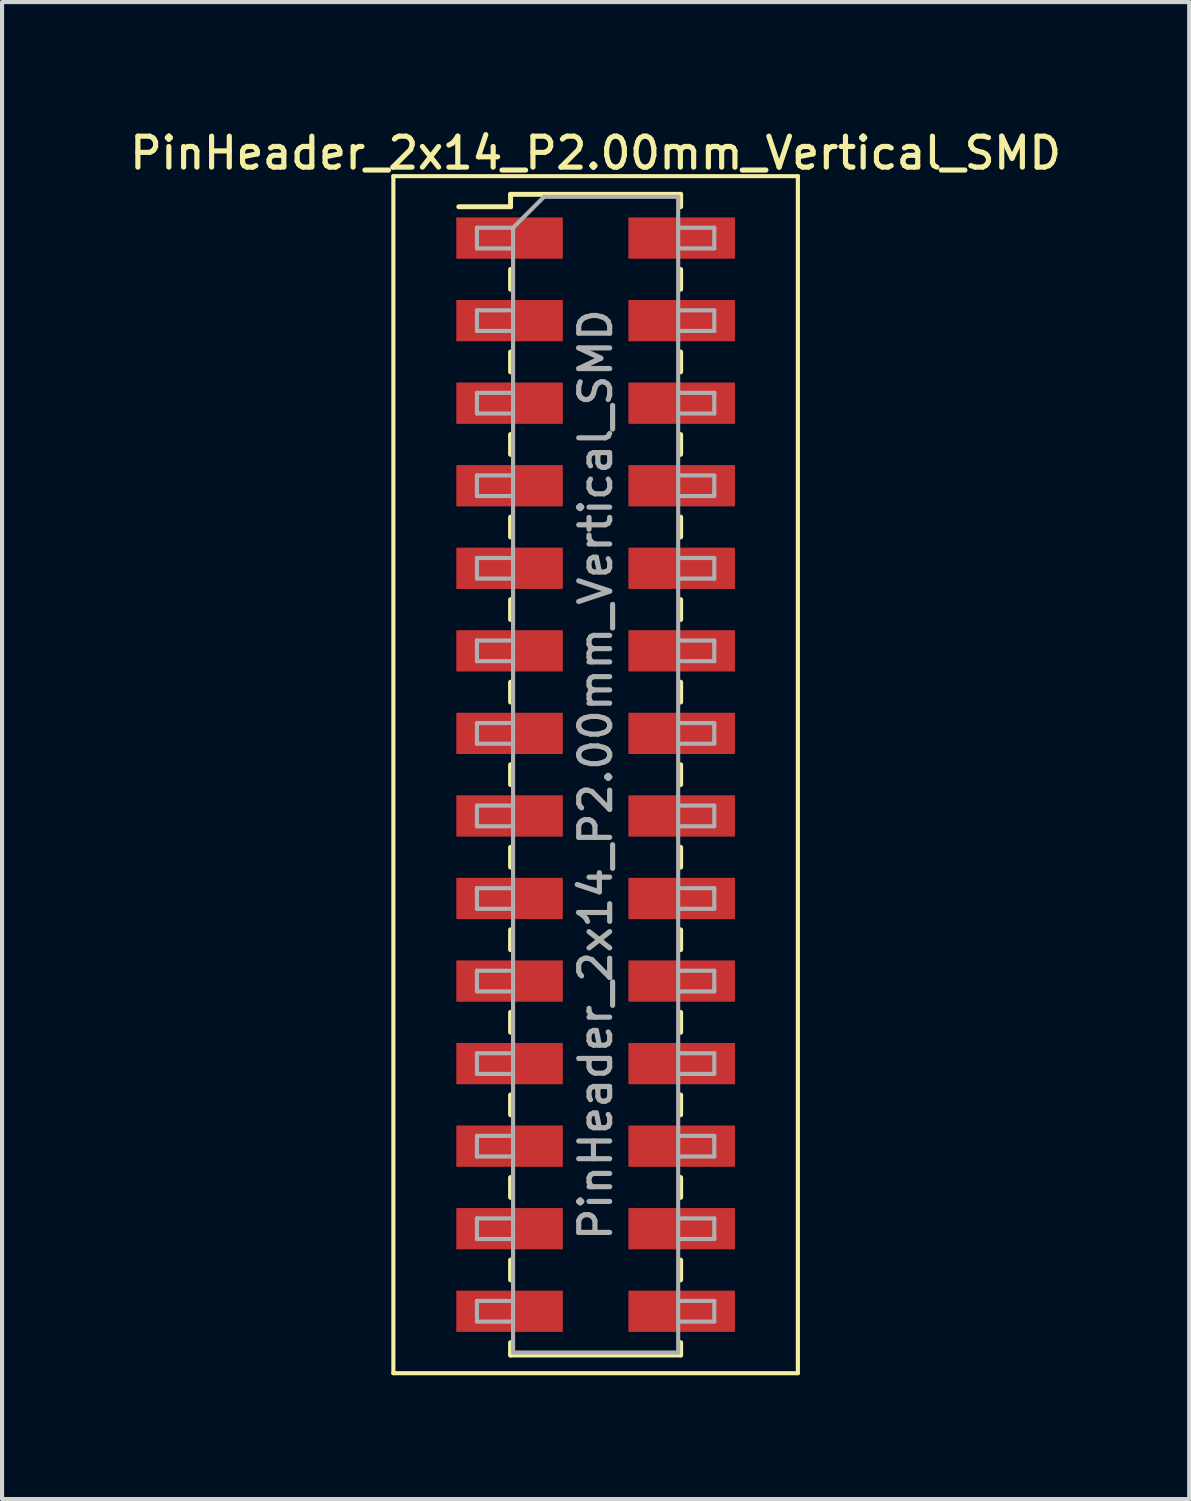
<source format=kicad_pcb>
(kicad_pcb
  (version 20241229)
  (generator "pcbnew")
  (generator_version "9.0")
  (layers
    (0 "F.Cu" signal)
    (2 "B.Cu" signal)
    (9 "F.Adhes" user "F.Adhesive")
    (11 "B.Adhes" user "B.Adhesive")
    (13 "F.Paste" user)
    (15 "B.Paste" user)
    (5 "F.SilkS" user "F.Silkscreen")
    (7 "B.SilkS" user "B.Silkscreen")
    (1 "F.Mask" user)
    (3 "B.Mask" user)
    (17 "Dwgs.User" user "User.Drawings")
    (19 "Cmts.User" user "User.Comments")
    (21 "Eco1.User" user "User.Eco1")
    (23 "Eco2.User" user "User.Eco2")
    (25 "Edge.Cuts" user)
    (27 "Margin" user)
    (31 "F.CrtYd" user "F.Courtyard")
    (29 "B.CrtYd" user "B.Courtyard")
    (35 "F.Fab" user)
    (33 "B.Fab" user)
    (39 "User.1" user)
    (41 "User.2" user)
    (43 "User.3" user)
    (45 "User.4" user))
  (footprint "PinHeader_2x14_P2.00mm_Vertical_SMD"
    (layer "F.Cu")
    (at 11.38 15.718)
    (property "Reference" "PinHeader_2x14_P2.00mm_Vertical_SMD" (at 0 -15.06 0) (layer "F.SilkS") (effects (font (size 0.75 0.75) (thickness 0.125))))
    (attr smd)
    (fp_line (start -4.9 -14.5) (end -4.9 14.5) (stroke (width 0.1) (type solid)) (layer "F.SilkS"))
    (fp_line (start -4.9 14.5) (end 4.9 14.5) (stroke (width 0.1) (type solid)) (layer "F.SilkS"))
    (fp_line (start -3.315 -13.76) (end -2.06 -13.76) (stroke (width 0.12) (type solid)) (layer "F.SilkS"))
    (fp_line (start -2.06 -14.06) (end -2.06 -13.76) (stroke (width 0.12) (type solid)) (layer "F.SilkS"))
    (fp_line (start -2.06 -14.06) (end 2.06 -14.06) (stroke (width 0.12) (type solid)) (layer "F.SilkS"))
    (fp_line (start -2.06 -12.24) (end -2.06 -11.76) (stroke (width 0.12) (type solid)) (layer "F.SilkS"))
    (fp_line (start -2.06 -10.24) (end -2.06 -9.76) (stroke (width 0.12) (type solid)) (layer "F.SilkS"))
    (fp_line (start -2.06 -8.24) (end -2.06 -7.76) (stroke (width 0.12) (type solid)) (layer "F.SilkS"))
    (fp_line (start -2.06 -6.24) (end -2.06 -5.76) (stroke (width 0.12) (type solid)) (layer "F.SilkS"))
    (fp_line (start -2.06 -4.24) (end -2.06 -3.76) (stroke (width 0.12) (type solid)) (layer "F.SilkS"))
    (fp_line (start -2.06 -2.24) (end -2.06 -1.76) (stroke (width 0.12) (type solid)) (layer "F.SilkS"))
    (fp_line (start -2.06 -0.24) (end -2.06 0.24) (stroke (width 0.12) (type solid)) (layer "F.SilkS"))
    (fp_line (start -2.06 1.76) (end -2.06 2.24) (stroke (width 0.12) (type solid)) (layer "F.SilkS"))
    (fp_line (start -2.06 3.76) (end -2.06 4.24) (stroke (width 0.12) (type solid)) (layer "F.SilkS"))
    (fp_line (start -2.06 5.76) (end -2.06 6.24) (stroke (width 0.12) (type solid)) (layer "F.SilkS"))
    (fp_line (start -2.06 7.76) (end -2.06 8.24) (stroke (width 0.12) (type solid)) (layer "F.SilkS"))
    (fp_line (start -2.06 9.76) (end -2.06 10.24) (stroke (width 0.12) (type solid)) (layer "F.SilkS"))
    (fp_line (start -2.06 11.76) (end -2.06 12.24) (stroke (width 0.12) (type solid)) (layer "F.SilkS"))
    (fp_line (start -2.06 13.76) (end -2.06 14.06) (stroke (width 0.12) (type solid)) (layer "F.SilkS"))
    (fp_line (start -2.06 14.06) (end 2.06 14.06) (stroke (width 0.12) (type solid)) (layer "F.SilkS"))
    (fp_line (start 2.06 -14.06) (end 2.06 -13.76) (stroke (width 0.12) (type solid)) (layer "F.SilkS"))
    (fp_line (start 2.06 -12.24) (end 2.06 -11.76) (stroke (width 0.12) (type solid)) (layer "F.SilkS"))
    (fp_line (start 2.06 -10.24) (end 2.06 -9.76) (stroke (width 0.12) (type solid)) (layer "F.SilkS"))
    (fp_line (start 2.06 -8.24) (end 2.06 -7.76) (stroke (width 0.12) (type solid)) (layer "F.SilkS"))
    (fp_line (start 2.06 -6.24) (end 2.06 -5.76) (stroke (width 0.12) (type solid)) (layer "F.SilkS"))
    (fp_line (start 2.06 -4.24) (end 2.06 -3.76) (stroke (width 0.12) (type solid)) (layer "F.SilkS"))
    (fp_line (start 2.06 -2.24) (end 2.06 -1.76) (stroke (width 0.12) (type solid)) (layer "F.SilkS"))
    (fp_line (start 2.06 -0.24) (end 2.06 0.24) (stroke (width 0.12) (type solid)) (layer "F.SilkS"))
    (fp_line (start 2.06 1.76) (end 2.06 2.24) (stroke (width 0.12) (type solid)) (layer "F.SilkS"))
    (fp_line (start 2.06 3.76) (end 2.06 4.24) (stroke (width 0.12) (type solid)) (layer "F.SilkS"))
    (fp_line (start 2.06 5.76) (end 2.06 6.24) (stroke (width 0.12) (type solid)) (layer "F.SilkS"))
    (fp_line (start 2.06 7.76) (end 2.06 8.24) (stroke (width 0.12) (type solid)) (layer "F.SilkS"))
    (fp_line (start 2.06 9.76) (end 2.06 10.24) (stroke (width 0.12) (type solid)) (layer "F.SilkS"))
    (fp_line (start 2.06 11.76) (end 2.06 12.24) (stroke (width 0.12) (type solid)) (layer "F.SilkS"))
    (fp_line (start 2.06 13.76) (end 2.06 14.06) (stroke (width 0.12) (type solid)) (layer "F.SilkS"))
    (fp_line (start 4.9 -14.5) (end -4.9 -14.5) (stroke (width 0.1) (type solid)) (layer "F.SilkS"))
    (fp_line (start 4.9 14.5) (end 4.9 -14.5) (stroke (width 0.1) (type solid)) (layer "F.SilkS"))
    (fp_line (start -2.875 -13.25) (end -2.875 -12.75) (stroke (width 0.1) (type solid)) (layer "F.Fab"))
    (fp_line (start -2.875 -12.75) (end -2 -12.75) (stroke (width 0.1) (type solid)) (layer "F.Fab"))
    (fp_line (start -2.875 -11.25) (end -2.875 -10.75) (stroke (width 0.1) (type solid)) (layer "F.Fab"))
    (fp_line (start -2.875 -10.75) (end -2 -10.75) (stroke (width 0.1) (type solid)) (layer "F.Fab"))
    (fp_line (start -2.875 -9.25) (end -2.875 -8.75) (stroke (width 0.1) (type solid)) (layer "F.Fab"))
    (fp_line (start -2.875 -8.75) (end -2 -8.75) (stroke (width 0.1) (type solid)) (layer "F.Fab"))
    (fp_line (start -2.875 -7.25) (end -2.875 -6.75) (stroke (width 0.1) (type solid)) (layer "F.Fab"))
    (fp_line (start -2.875 -6.75) (end -2 -6.75) (stroke (width 0.1) (type solid)) (layer "F.Fab"))
    (fp_line (start -2.875 -5.25) (end -2.875 -4.75) (stroke (width 0.1) (type solid)) (layer "F.Fab"))
    (fp_line (start -2.875 -4.75) (end -2 -4.75) (stroke (width 0.1) (type solid)) (layer "F.Fab"))
    (fp_line (start -2.875 -3.25) (end -2.875 -2.75) (stroke (width 0.1) (type solid)) (layer "F.Fab"))
    (fp_line (start -2.875 -2.75) (end -2 -2.75) (stroke (width 0.1) (type solid)) (layer "F.Fab"))
    (fp_line (start -2.875 -1.25) (end -2.875 -0.75) (stroke (width 0.1) (type solid)) (layer "F.Fab"))
    (fp_line (start -2.875 -0.75) (end -2 -0.75) (stroke (width 0.1) (type solid)) (layer "F.Fab"))
    (fp_line (start -2.875 0.75) (end -2.875 1.25) (stroke (width 0.1) (type solid)) (layer "F.Fab"))
    (fp_line (start -2.875 1.25) (end -2 1.25) (stroke (width 0.1) (type solid)) (layer "F.Fab"))
    (fp_line (start -2.875 2.75) (end -2.875 3.25) (stroke (width 0.1) (type solid)) (layer "F.Fab"))
    (fp_line (start -2.875 3.25) (end -2 3.25) (stroke (width 0.1) (type solid)) (layer "F.Fab"))
    (fp_line (start -2.875 4.75) (end -2.875 5.25) (stroke (width 0.1) (type solid)) (layer "F.Fab"))
    (fp_line (start -2.875 5.25) (end -2 5.25) (stroke (width 0.1) (type solid)) (layer "F.Fab"))
    (fp_line (start -2.875 6.75) (end -2.875 7.25) (stroke (width 0.1) (type solid)) (layer "F.Fab"))
    (fp_line (start -2.875 7.25) (end -2 7.25) (stroke (width 0.1) (type solid)) (layer "F.Fab"))
    (fp_line (start -2.875 8.75) (end -2.875 9.25) (stroke (width 0.1) (type solid)) (layer "F.Fab"))
    (fp_line (start -2.875 9.25) (end -2 9.25) (stroke (width 0.1) (type solid)) (layer "F.Fab"))
    (fp_line (start -2.875 10.75) (end -2.875 11.25) (stroke (width 0.1) (type solid)) (layer "F.Fab"))
    (fp_line (start -2.875 11.25) (end -2 11.25) (stroke (width 0.1) (type solid)) (layer "F.Fab"))
    (fp_line (start -2.875 12.75) (end -2.875 13.25) (stroke (width 0.1) (type solid)) (layer "F.Fab"))
    (fp_line (start -2.875 13.25) (end -2 13.25) (stroke (width 0.1) (type solid)) (layer "F.Fab"))
    (fp_line (start -2 -13.25) (end -2.875 -13.25) (stroke (width 0.1) (type solid)) (layer "F.Fab"))
    (fp_line (start -2 -13.25) (end -1.25 -14) (stroke (width 0.1) (type solid)) (layer "F.Fab"))
    (fp_line (start -2 -11.25) (end -2.875 -11.25) (stroke (width 0.1) (type solid)) (layer "F.Fab"))
    (fp_line (start -2 -9.25) (end -2.875 -9.25) (stroke (width 0.1) (type solid)) (layer "F.Fab"))
    (fp_line (start -2 -7.25) (end -2.875 -7.25) (stroke (width 0.1) (type solid)) (layer "F.Fab"))
    (fp_line (start -2 -5.25) (end -2.875 -5.25) (stroke (width 0.1) (type solid)) (layer "F.Fab"))
    (fp_line (start -2 -3.25) (end -2.875 -3.25) (stroke (width 0.1) (type solid)) (layer "F.Fab"))
    (fp_line (start -2 -1.25) (end -2.875 -1.25) (stroke (width 0.1) (type solid)) (layer "F.Fab"))
    (fp_line (start -2 0.75) (end -2.875 0.75) (stroke (width 0.1) (type solid)) (layer "F.Fab"))
    (fp_line (start -2 2.75) (end -2.875 2.75) (stroke (width 0.1) (type solid)) (layer "F.Fab"))
    (fp_line (start -2 4.75) (end -2.875 4.75) (stroke (width 0.1) (type solid)) (layer "F.Fab"))
    (fp_line (start -2 6.75) (end -2.875 6.75) (stroke (width 0.1) (type solid)) (layer "F.Fab"))
    (fp_line (start -2 8.75) (end -2.875 8.75) (stroke (width 0.1) (type solid)) (layer "F.Fab"))
    (fp_line (start -2 10.75) (end -2.875 10.75) (stroke (width 0.1) (type solid)) (layer "F.Fab"))
    (fp_line (start -2 12.75) (end -2.875 12.75) (stroke (width 0.1) (type solid)) (layer "F.Fab"))
    (fp_line (start -2 14) (end -2 -13.25) (stroke (width 0.1) (type solid)) (layer "F.Fab"))
    (fp_line (start -1.25 -14) (end 2 -14) (stroke (width 0.1) (type solid)) (layer "F.Fab"))
    (fp_line (start 2 -14) (end 2 14) (stroke (width 0.1) (type solid)) (layer "F.Fab"))
    (fp_line (start 2 -13.25) (end 2.875 -13.25) (stroke (width 0.1) (type solid)) (layer "F.Fab"))
    (fp_line (start 2 -11.25) (end 2.875 -11.25) (stroke (width 0.1) (type solid)) (layer "F.Fab"))
    (fp_line (start 2 -9.25) (end 2.875 -9.25) (stroke (width 0.1) (type solid)) (layer "F.Fab"))
    (fp_line (start 2 -7.25) (end 2.875 -7.25) (stroke (width 0.1) (type solid)) (layer "F.Fab"))
    (fp_line (start 2 -5.25) (end 2.875 -5.25) (stroke (width 0.1) (type solid)) (layer "F.Fab"))
    (fp_line (start 2 -3.25) (end 2.875 -3.25) (stroke (width 0.1) (type solid)) (layer "F.Fab"))
    (fp_line (start 2 -1.25) (end 2.875 -1.25) (stroke (width 0.1) (type solid)) (layer "F.Fab"))
    (fp_line (start 2 0.75) (end 2.875 0.75) (stroke (width 0.1) (type solid)) (layer "F.Fab"))
    (fp_line (start 2 2.75) (end 2.875 2.75) (stroke (width 0.1) (type solid)) (layer "F.Fab"))
    (fp_line (start 2 4.75) (end 2.875 4.75) (stroke (width 0.1) (type solid)) (layer "F.Fab"))
    (fp_line (start 2 6.75) (end 2.875 6.75) (stroke (width 0.1) (type solid)) (layer "F.Fab"))
    (fp_line (start 2 8.75) (end 2.875 8.75) (stroke (width 0.1) (type solid)) (layer "F.Fab"))
    (fp_line (start 2 10.75) (end 2.875 10.75) (stroke (width 0.1) (type solid)) (layer "F.Fab"))
    (fp_line (start 2 12.75) (end 2.875 12.75) (stroke (width 0.1) (type solid)) (layer "F.Fab"))
    (fp_line (start 2 14) (end -2 14) (stroke (width 0.1) (type solid)) (layer "F.Fab"))
    (fp_line (start 2.875 -13.25) (end 2.875 -12.75) (stroke (width 0.1) (type solid)) (layer "F.Fab"))
    (fp_line (start 2.875 -12.75) (end 2 -12.75) (stroke (width 0.1) (type solid)) (layer "F.Fab"))
    (fp_line (start 2.875 -11.25) (end 2.875 -10.75) (stroke (width 0.1) (type solid)) (layer "F.Fab"))
    (fp_line (start 2.875 -10.75) (end 2 -10.75) (stroke (width 0.1) (type solid)) (layer "F.Fab"))
    (fp_line (start 2.875 -9.25) (end 2.875 -8.75) (stroke (width 0.1) (type solid)) (layer "F.Fab"))
    (fp_line (start 2.875 -8.75) (end 2 -8.75) (stroke (width 0.1) (type solid)) (layer "F.Fab"))
    (fp_line (start 2.875 -7.25) (end 2.875 -6.75) (stroke (width 0.1) (type solid)) (layer "F.Fab"))
    (fp_line (start 2.875 -6.75) (end 2 -6.75) (stroke (width 0.1) (type solid)) (layer "F.Fab"))
    (fp_line (start 2.875 -5.25) (end 2.875 -4.75) (stroke (width 0.1) (type solid)) (layer "F.Fab"))
    (fp_line (start 2.875 -4.75) (end 2 -4.75) (stroke (width 0.1) (type solid)) (layer "F.Fab"))
    (fp_line (start 2.875 -3.25) (end 2.875 -2.75) (stroke (width 0.1) (type solid)) (layer "F.Fab"))
    (fp_line (start 2.875 -2.75) (end 2 -2.75) (stroke (width 0.1) (type solid)) (layer "F.Fab"))
    (fp_line (start 2.875 -1.25) (end 2.875 -0.75) (stroke (width 0.1) (type solid)) (layer "F.Fab"))
    (fp_line (start 2.875 -0.75) (end 2 -0.75) (stroke (width 0.1) (type solid)) (layer "F.Fab"))
    (fp_line (start 2.875 0.75) (end 2.875 1.25) (stroke (width 0.1) (type solid)) (layer "F.Fab"))
    (fp_line (start 2.875 1.25) (end 2 1.25) (stroke (width 0.1) (type solid)) (layer "F.Fab"))
    (fp_line (start 2.875 2.75) (end 2.875 3.25) (stroke (width 0.1) (type solid)) (layer "F.Fab"))
    (fp_line (start 2.875 3.25) (end 2 3.25) (stroke (width 0.1) (type solid)) (layer "F.Fab"))
    (fp_line (start 2.875 4.75) (end 2.875 5.25) (stroke (width 0.1) (type solid)) (layer "F.Fab"))
    (fp_line (start 2.875 5.25) (end 2 5.25) (stroke (width 0.1) (type solid)) (layer "F.Fab"))
    (fp_line (start 2.875 6.75) (end 2.875 7.25) (stroke (width 0.1) (type solid)) (layer "F.Fab"))
    (fp_line (start 2.875 7.25) (end 2 7.25) (stroke (width 0.1) (type solid)) (layer "F.Fab"))
    (fp_line (start 2.875 8.75) (end 2.875 9.25) (stroke (width 0.1) (type solid)) (layer "F.Fab"))
    (fp_line (start 2.875 9.25) (end 2 9.25) (stroke (width 0.1) (type solid)) (layer "F.Fab"))
    (fp_line (start 2.875 10.75) (end 2.875 11.25) (stroke (width 0.1) (type solid)) (layer "F.Fab"))
    (fp_line (start 2.875 11.25) (end 2 11.25) (stroke (width 0.1) (type solid)) (layer "F.Fab"))
    (fp_line (start 2.875 12.75) (end 2.875 13.25) (stroke (width 0.1) (type solid)) (layer "F.Fab"))
    (fp_line (start 2.875 13.25) (end 2 13.25) (stroke (width 0.1) (type solid)) (layer "F.Fab"))
    (fp_text user "${REFERENCE}" (at 0 0 90) (layer "F.Fab") (effects (font (size 0.75 0.75) (thickness 0.125))))
    (pad "1" smd rect (at -2.085 -13) (size 2.58 1) (layers "F.Cu" "F.Mask" "F.Paste"))
    (pad "2" smd rect (at 2.085 -13) (size 2.58 1) (layers "F.Cu" "F.Mask" "F.Paste"))
    (pad "3" smd rect (at -2.085 -11) (size 2.58 1) (layers "F.Cu" "F.Mask" "F.Paste"))
    (pad "4" smd rect (at 2.085 -11) (size 2.58 1) (layers "F.Cu" "F.Mask" "F.Paste"))
    (pad "5" smd rect (at -2.085 -9) (size 2.58 1) (layers "F.Cu" "F.Mask" "F.Paste"))
    (pad "6" smd rect (at 2.085 -9) (size 2.58 1) (layers "F.Cu" "F.Mask" "F.Paste"))
    (pad "7" smd rect (at -2.085 -7) (size 2.58 1) (layers "F.Cu" "F.Mask" "F.Paste"))
    (pad "8" smd rect (at 2.085 -7) (size 2.58 1) (layers "F.Cu" "F.Mask" "F.Paste"))
    (pad "9" smd rect (at -2.085 -5) (size 2.58 1) (layers "F.Cu" "F.Mask" "F.Paste"))
    (pad "10" smd rect (at 2.085 -5) (size 2.58 1) (layers "F.Cu" "F.Mask" "F.Paste"))
    (pad "11" smd rect (at -2.085 -3) (size 2.58 1) (layers "F.Cu" "F.Mask" "F.Paste"))
    (pad "12" smd rect (at 2.085 -3) (size 2.58 1) (layers "F.Cu" "F.Mask" "F.Paste"))
    (pad "13" smd rect (at -2.085 -1) (size 2.58 1) (layers "F.Cu" "F.Mask" "F.Paste"))
    (pad "14" smd rect (at 2.085 -1) (size 2.58 1) (layers "F.Cu" "F.Mask" "F.Paste"))
    (pad "15" smd rect (at -2.085 1) (size 2.58 1) (layers "F.Cu" "F.Mask" "F.Paste"))
    (pad "16" smd rect (at 2.085 1) (size 2.58 1) (layers "F.Cu" "F.Mask" "F.Paste"))
    (pad "17" smd rect (at -2.085 3) (size 2.58 1) (layers "F.Cu" "F.Mask" "F.Paste"))
    (pad "18" smd rect (at 2.085 3) (size 2.58 1) (layers "F.Cu" "F.Mask" "F.Paste"))
    (pad "19" smd rect (at -2.085 5) (size 2.58 1) (layers "F.Cu" "F.Mask" "F.Paste"))
    (pad "20" smd rect (at 2.085 5) (size 2.58 1) (layers "F.Cu" "F.Mask" "F.Paste"))
    (pad "21" smd rect (at -2.085 7) (size 2.58 1) (layers "F.Cu" "F.Mask" "F.Paste"))
    (pad "22" smd rect (at 2.085 7) (size 2.58 1) (layers "F.Cu" "F.Mask" "F.Paste"))
    (pad "23" smd rect (at -2.085 9) (size 2.58 1) (layers "F.Cu" "F.Mask" "F.Paste"))
    (pad "24" smd rect (at 2.085 9) (size 2.58 1) (layers "F.Cu" "F.Mask" "F.Paste"))
    (pad "25" smd rect (at -2.085 11) (size 2.58 1) (layers "F.Cu" "F.Mask" "F.Paste"))
    (pad "26" smd rect (at 2.085 11) (size 2.58 1) (layers "F.Cu" "F.Mask" "F.Paste"))
    (pad "27" smd rect (at -2.085 13) (size 2.58 1) (layers "F.Cu" "F.Mask" "F.Paste"))
    (pad "28" smd rect (at 2.085 13) (size 2.58 1) (layers "F.Cu" "F.Mask" "F.Paste")))
  (gr_rect
    (start -3 -3)
    (end 25.761 33.268)
    (stroke (width 0.1) (type default))
    (fill no)
    (layer "Edge.Cuts")))
</source>
